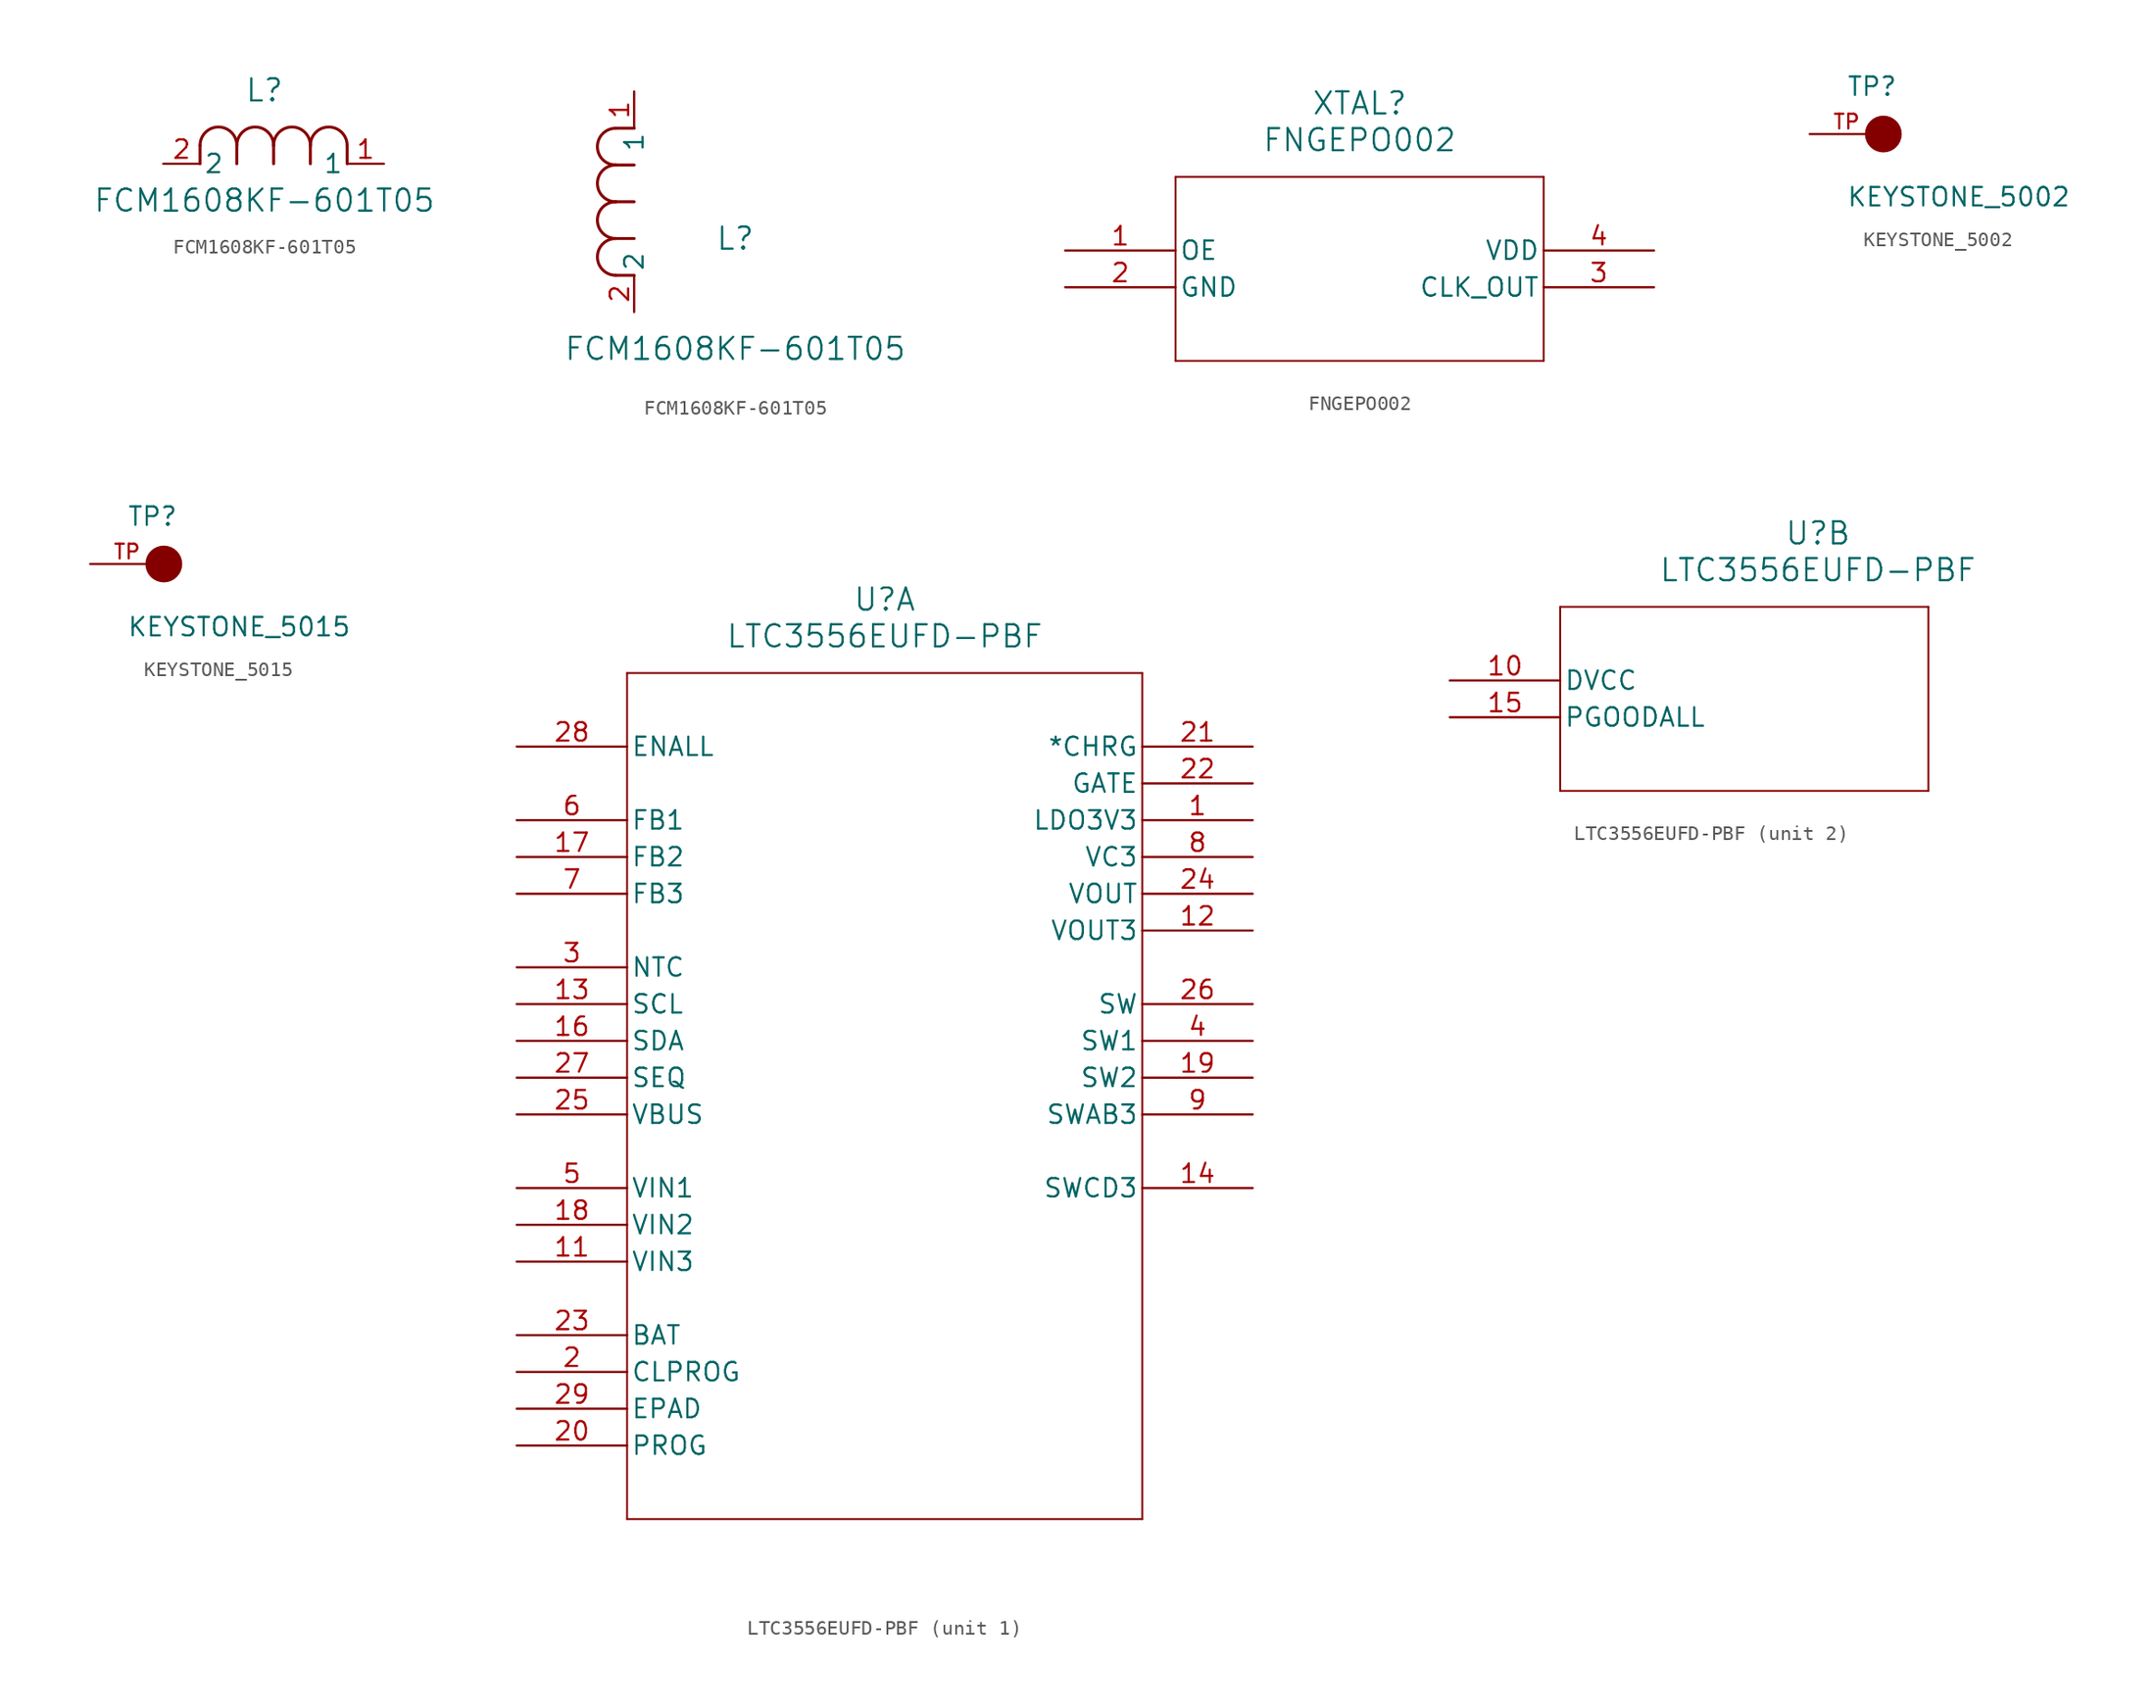
<source format=kicad_sym>
(kicad_symbol_lib
  (version 20231120)
  (generator "kicad_symbol_editor")
  (generator_version "8.0")
  (symbol "FCM1608KF-601T05"
    (pin_names
      (offset 0.254))
    (property "Reference" "L"
      (at 6.985 5.08 0)
      (effects (font (size 1.524 1.524))))
    (property "Value" "FCM1608KF-601T05"
      (at 6.985 -2.54 0)
      (effects (font (size 1.524 1.524))))
    (symbol "FCM1608KF-601T05_1_1"
      (polyline (pts (xy 2.54 0) (xy 2.54 1.27)) (stroke (width 0.203) (type default)) (fill (type none)))
      (polyline (pts (xy 5.08 0) (xy 5.08 1.27)) (stroke (width 0.203) (type default)) (fill (type none)))
      (polyline (pts (xy 7.62 0) (xy 7.62 1.27)) (stroke (width 0.203) (type default)) (fill (type none)))
      (polyline (pts (xy 10.16 0) (xy 10.16 1.27)) (stroke (width 0.203) (type default)) (fill (type none)))
      (polyline (pts (xy 12.7 0) (xy 12.7 1.27)) (stroke (width 0.203) (type default)) (fill (type none)))
      (arc (start 5.08 1.27) (mid 3.81 2.5344) (end 2.54 1.27) (stroke (width 0.2032) (type default)) (fill (type none)))
      (arc (start 7.62 1.27) (mid 6.35 2.5344) (end 5.08 1.27) (stroke (width 0.2032) (type default)) (fill (type none)))
      (arc (start 10.16 1.27) (mid 8.89 2.5344) (end 7.62 1.27) (stroke (width 0.2032) (type default)) (fill (type none)))
      (arc (start 12.7 1.27) (mid 11.43 2.5344) (end 10.16 1.27) (stroke (width 0.2032) (type default)) (fill (type none)))
      (pin unspecified line (at 15.24 0 180) (length 2.54) (name "1" (effects (font (size 1.27 1.27)))) (number "1" (effects (font (size 1.27 1.27)))))
      (pin unspecified line (at 0 0 0) (length 2.54) (name "2" (effects (font (size 1.27 1.27)))) (number "2" (effects (font (size 1.27 1.27))))))
    (symbol "FCM1608KF-601T05_1_2"
      (arc (start -1.27 5.08) (mid -2.5344 3.81) (end -1.27 2.54) (stroke (width 0.2032) (type default)) (fill (type none)))
      (arc (start -1.27 7.62) (mid -2.5344 6.35) (end -1.27 5.08) (stroke (width 0.2032) (type default)) (fill (type none)))
      (arc (start -1.27 10.16) (mid -2.5344 8.89) (end -1.27 7.62) (stroke (width 0.2032) (type default)) (fill (type none)))
      (arc (start -1.27 12.7) (mid -2.5344 11.43) (end -1.27 10.16) (stroke (width 0.2032) (type default)) (fill (type none)))
      (polyline (pts (xy 0 2.54) (xy -1.27 2.54)) (stroke (width 0.203) (type default)) (fill (type none)))
      (polyline (pts (xy 0 5.08) (xy -1.27 5.08)) (stroke (width 0.203) (type default)) (fill (type none)))
      (polyline (pts (xy 0 7.62) (xy -1.27 7.62)) (stroke (width 0.203) (type default)) (fill (type none)))
      (polyline (pts (xy 0 10.16) (xy -1.27 10.16)) (stroke (width 0.203) (type default)) (fill (type none)))
      (polyline (pts (xy 0 12.7) (xy -1.27 12.7)) (stroke (width 0.203) (type default)) (fill (type none)))
      (pin unspecified line (at 0 15.24 270) (length 2.54) (name "1" (effects (font (size 1.27 1.27)))) (number "1" (effects (font (size 1.27 1.27)))))
      (pin unspecified line (at 0 0 90) (length 2.54) (name "2" (effects (font (size 1.27 1.27)))) (number "2" (effects (font (size 1.27 1.27)))))))
  (symbol "FNGEPO002"
    (pin_names
      (offset 0.254))
    (property "Reference" "XTAL"
      (at 20.32 10.16 0)
      (effects (font (size 1.524 1.524))))
    (property "Value" "FNGEPO002"
      (at 20.32 7.62 0)
      (effects (font (size 1.524 1.524))))
    (symbol "FNGEPO002_0_1"
      (polyline (pts (xy 7.62 -7.62) (xy 33.02 -7.62)) (stroke (width 0.127) (type default)) (fill (type none)))
      (polyline (pts (xy 7.62 5.08) (xy 7.62 -7.62)) (stroke (width 0.127) (type default)) (fill (type none)))
      (polyline (pts (xy 33.02 -7.62) (xy 33.02 5.08)) (stroke (width 0.127) (type default)) (fill (type none)))
      (polyline (pts (xy 33.02 5.08) (xy 7.62 5.08)) (stroke (width 0.127) (type default)) (fill (type none)))
      (pin unspecified line (at 0 0 0) (length 7.62) (name "OE" (effects (font (size 1.27 1.27)))) (number "1" (effects (font (size 1.27 1.27)))))
      (pin unspecified line (at 0 -2.54 0) (length 7.62) (name "GND" (effects (font (size 1.27 1.27)))) (number "2" (effects (font (size 1.27 1.27)))))
      (pin unspecified line (at 40.64 -2.54 180) (length 7.62) (name "CLK_OUT" (effects (font (size 1.27 1.27)))) (number "3" (effects (font (size 1.27 1.27)))))
      (pin unspecified line (at 40.64 0 180) (length 7.62) (name "VDD" (effects (font (size 1.27 1.27)))) (number "4" (effects (font (size 1.27 1.27)))))))
  (symbol "KEYSTONE_5002"
    (pin_names
      (offset 1.016))
    (property "Reference" "TP"
      (at -2.544 2.542 0)
      (effects (font (size 1.27 1.27)) (justify left bottom)))
    (property "Value" "KEYSTONE_5002"
      (at -2.55 -5.087 0)
      (effects (font (size 1.27 1.27)) (justify left bottom)))
    (symbol "KEYSTONE_5002_0_0"
      (circle (center 0 0) (radius 0.635) (stroke (width 1.27) (type default)) (fill (type none)))
      (pin passive line (at -5.08 0 0) (length 5.08) (name "~" (effects (font (size 1.016 1.016)))) (number "TP" (effects (font (size 1.016 1.016)))))))
  (symbol "KEYSTONE_5015"
    (pin_names
      (offset 1.016))
    (property "Reference" "TP"
      (at -2.544 2.542 0)
      (effects (font (size 1.27 1.27)) (justify left bottom)))
    (property "Value" "KEYSTONE_5015"
      (at -2.55 -5.087 0)
      (effects (font (size 1.27 1.27)) (justify left bottom)))
    (symbol "KEYSTONE_5015_0_0"
      (circle (center 0 0) (radius 0.635) (stroke (width 1.27) (type default)) (fill (type none)))
      (pin passive line (at -5.08 0 0) (length 5.08) (name "~" (effects (font (size 1.016 1.016)))) (number "TP" (effects (font (size 1.016 1.016)))))))
  (symbol "LTC3556EUFD-PBF"
    (pin_names
      (offset 0.254))
    (property "Reference" "U"
      (at 25.4 10.16 0)
      (effects (font (size 1.524 1.524))))
    (property "Value" "LTC3556EUFD-PBF"
      (at 25.4 7.62 0)
      (effects (font (size 1.524 1.524))))
    (property "ki_locked" ""
      (at 0 0 0)
      (effects (font (size 1.27 1.27))))
    (symbol "LTC3556EUFD-PBF_1_1"
      (polyline (pts (xy 7.62 -53.34) (xy 43.18 -53.34)) (stroke (width 0.127) (type default)) (fill (type none)))
      (polyline (pts (xy 7.62 5.08) (xy 7.62 -53.34)) (stroke (width 0.127) (type default)) (fill (type none)))
      (polyline (pts (xy 43.18 -53.34) (xy 43.18 5.08)) (stroke (width 0.127) (type default)) (fill (type none)))
      (polyline (pts (xy 43.18 5.08) (xy 7.62 5.08)) (stroke (width 0.127) (type default)) (fill (type none)))
      (pin output line (at 50.8 -5.08 180) (length 7.62) (name "LDO3V3" (effects (font (size 1.27 1.27)))) (number "1" (effects (font (size 1.27 1.27)))))
      (pin input line (at 0 -35.56 0) (length 7.62) (name "VIN3" (effects (font (size 1.27 1.27)))) (number "11" (effects (font (size 1.27 1.27)))))
      (pin output line (at 50.8 -12.7 180) (length 7.62) (name "VOUT3" (effects (font (size 1.27 1.27)))) (number "12" (effects (font (size 1.27 1.27)))))
      (pin input line (at 0 -17.78 0) (length 7.62) (name "SCL" (effects (font (size 1.27 1.27)))) (number "13" (effects (font (size 1.27 1.27)))))
      (pin unspecified line (at 50.8 -30.48 180) (length 7.62) (name "SWCD3" (effects (font (size 1.27 1.27)))) (number "14" (effects (font (size 1.27 1.27)))))
      (pin input line (at 0 -20.32 0) (length 7.62) (name "SDA" (effects (font (size 1.27 1.27)))) (number "16" (effects (font (size 1.27 1.27)))))
      (pin input line (at 0 -7.62 0) (length 7.62) (name "FB2" (effects (font (size 1.27 1.27)))) (number "17" (effects (font (size 1.27 1.27)))))
      (pin input line (at 0 -33.02 0) (length 7.62) (name "VIN2" (effects (font (size 1.27 1.27)))) (number "18" (effects (font (size 1.27 1.27)))))
      (pin unspecified line (at 50.8 -22.86 180) (length 7.62) (name "SW2" (effects (font (size 1.27 1.27)))) (number "19" (effects (font (size 1.27 1.27)))))
      (pin unspecified line (at 0 -43.18 0) (length 7.62) (name "CLPROG" (effects (font (size 1.27 1.27)))) (number "2" (effects (font (size 1.27 1.27)))))
      (pin unspecified line (at 0 -48.26 0) (length 7.62) (name "PROG" (effects (font (size 1.27 1.27)))) (number "20" (effects (font (size 1.27 1.27)))))
      (pin output line (at 50.8 0 180) (length 7.62) (name "*CHRG" (effects (font (size 1.27 1.27)))) (number "21" (effects (font (size 1.27 1.27)))))
      (pin output line (at 50.8 -2.54 180) (length 7.62) (name "GATE" (effects (font (size 1.27 1.27)))) (number "22" (effects (font (size 1.27 1.27)))))
      (pin unspecified line (at 0 -40.64 0) (length 7.62) (name "BAT" (effects (font (size 1.27 1.27)))) (number "23" (effects (font (size 1.27 1.27)))))
      (pin output line (at 50.8 -10.16 180) (length 7.62) (name "VOUT" (effects (font (size 1.27 1.27)))) (number "24" (effects (font (size 1.27 1.27)))))
      (pin input line (at 0 -25.4 0) (length 7.62) (name "VBUS" (effects (font (size 1.27 1.27)))) (number "25" (effects (font (size 1.27 1.27)))))
      (pin unspecified line (at 50.8 -17.78 180) (length 7.62) (name "SW" (effects (font (size 1.27 1.27)))) (number "26" (effects (font (size 1.27 1.27)))))
      (pin input line (at 0 -22.86 0) (length 7.62) (name "SEQ" (effects (font (size 1.27 1.27)))) (number "27" (effects (font (size 1.27 1.27)))))
      (pin input line (at 0 0 0) (length 7.62) (name "ENALL" (effects (font (size 1.27 1.27)))) (number "28" (effects (font (size 1.27 1.27)))))
      (pin unspecified line (at 0 -45.72 0) (length 7.62) (name "EPAD" (effects (font (size 1.27 1.27)))) (number "29" (effects (font (size 1.27 1.27)))))
      (pin input line (at 0 -15.24 0) (length 7.62) (name "NTC" (effects (font (size 1.27 1.27)))) (number "3" (effects (font (size 1.27 1.27)))))
      (pin unspecified line (at 50.8 -20.32 180) (length 7.62) (name "SW1" (effects (font (size 1.27 1.27)))) (number "4" (effects (font (size 1.27 1.27)))))
      (pin input line (at 0 -30.48 0) (length 7.62) (name "VIN1" (effects (font (size 1.27 1.27)))) (number "5" (effects (font (size 1.27 1.27)))))
      (pin input line (at 0 -5.08 0) (length 7.62) (name "FB1" (effects (font (size 1.27 1.27)))) (number "6" (effects (font (size 1.27 1.27)))))
      (pin input line (at 0 -10.16 0) (length 7.62) (name "FB3" (effects (font (size 1.27 1.27)))) (number "7" (effects (font (size 1.27 1.27)))))
      (pin output line (at 50.8 -7.62 180) (length 7.62) (name "VC3" (effects (font (size 1.27 1.27)))) (number "8" (effects (font (size 1.27 1.27)))))
      (pin unspecified line (at 50.8 -25.4 180) (length 7.62) (name "SWAB3" (effects (font (size 1.27 1.27)))) (number "9" (effects (font (size 1.27 1.27))))))
    (symbol "LTC3556EUFD-PBF_2_1"
      (polyline (pts (xy 7.62 -7.62) (xy 33.02 -7.62)) (stroke (width 0.127) (type default)) (fill (type none)))
      (polyline (pts (xy 7.62 5.08) (xy 7.62 -7.62)) (stroke (width 0.127) (type default)) (fill (type none)))
      (polyline (pts (xy 33.02 -7.62) (xy 33.02 5.08)) (stroke (width 0.127) (type default)) (fill (type none)))
      (polyline (pts (xy 33.02 5.08) (xy 7.62 5.08)) (stroke (width 0.127) (type default)) (fill (type none)))
      (pin power_in line (at 0 0 0) (length 7.62) (name "DVCC" (effects (font (size 1.27 1.27)))) (number "10" (effects (font (size 1.27 1.27)))))
      (pin output line (at 0 -2.54 0) (length 7.62) (name "PGOODALL" (effects (font (size 1.27 1.27)))) (number "15" (effects (font (size 1.27 1.27))))))))
</source>
